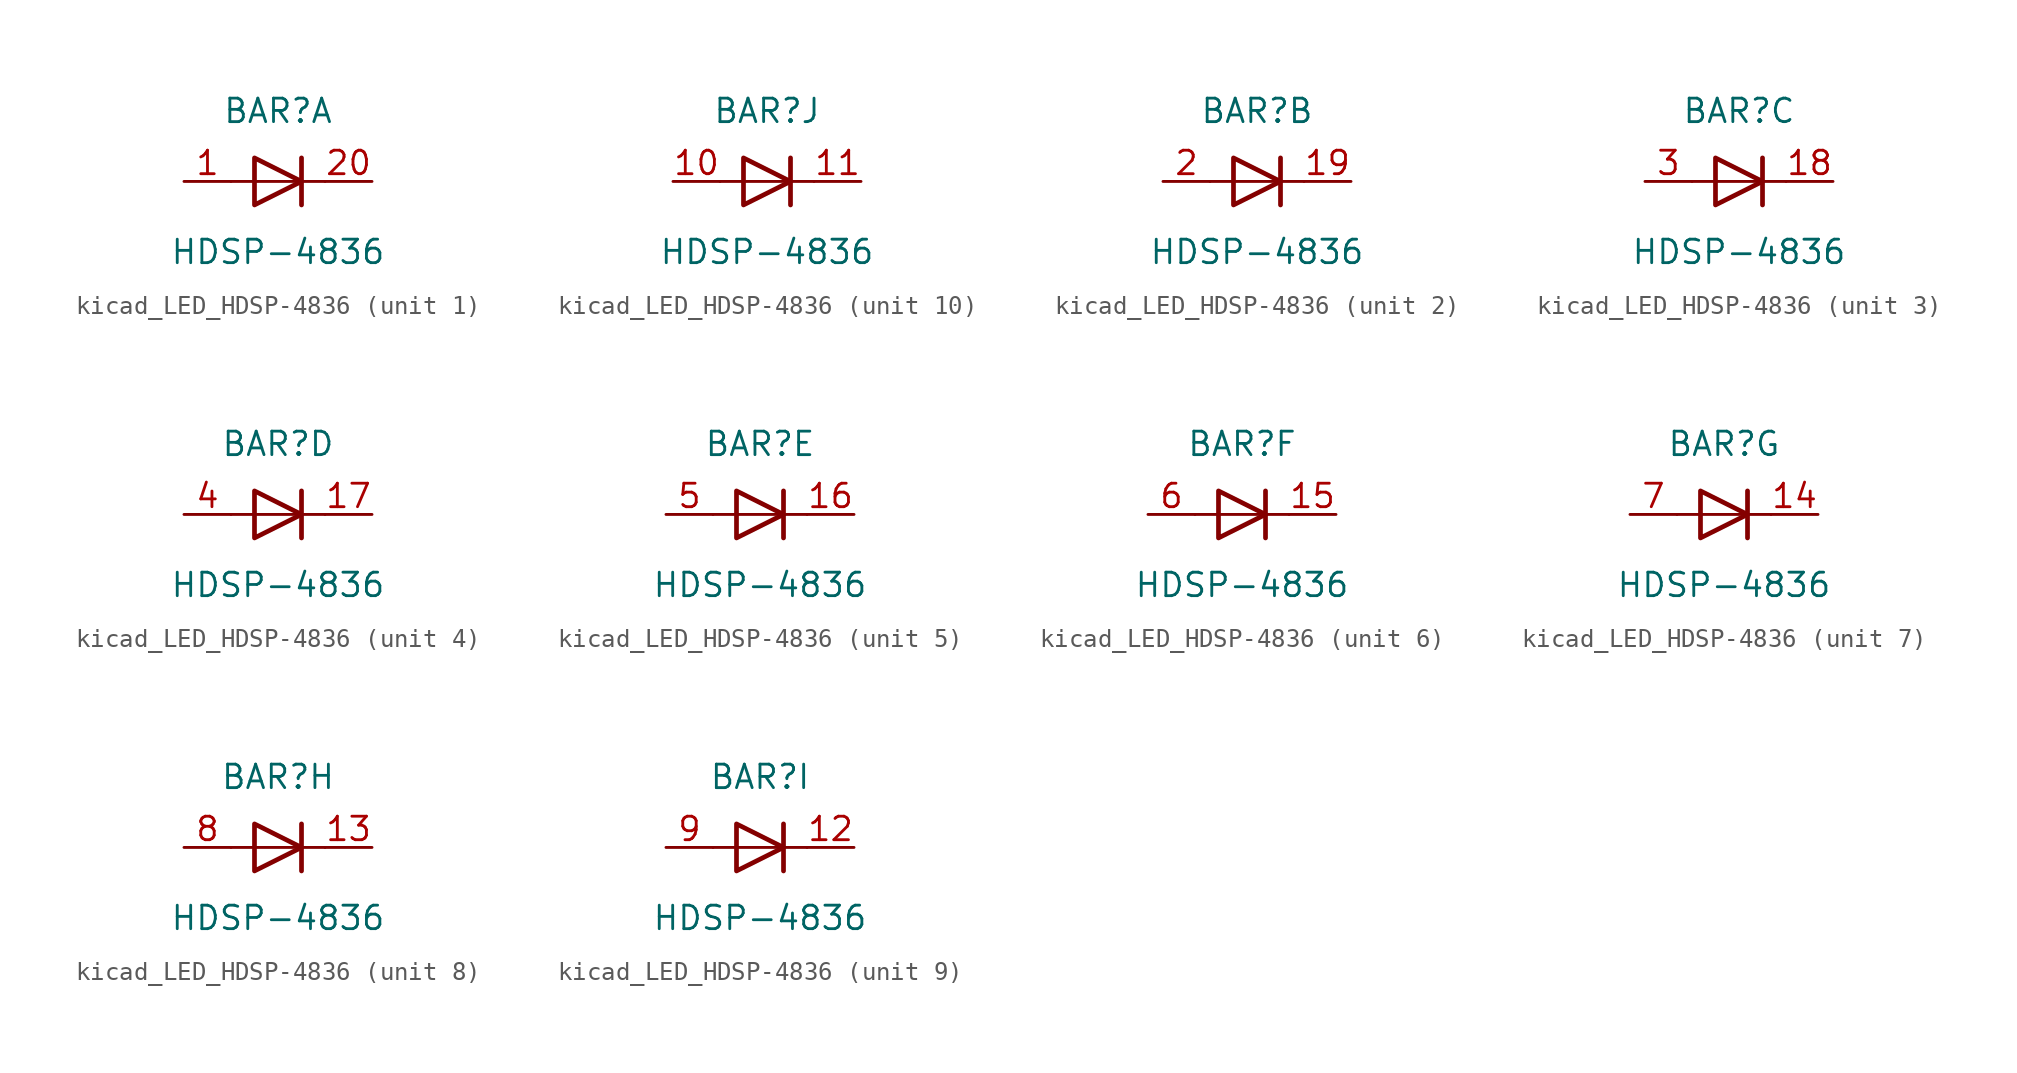
<source format=kicad_sym>
(kicad_symbol_lib
  (version 20220914)
  (generator kicad_symbol_editor)
  (symbol "kicad_LED_HDSP-4836"
    (pin_names
      (offset 1.016) hide)
    (property "Reference" "BAR"
      (at 0 3.81 0)
      (effects (font (size 1.27 1.27))))
    (property "Value" "HDSP-4836"
      (at 0 -3.81 0)
      (effects (font (size 1.27 1.27))))
    (symbol "kicad_LED_HDSP-4836_0_1"
      (polyline (pts (xy -2.54 0) (xy 2.54 0)) (stroke (width 0) (type default)) (fill (type none)))
      (polyline (pts (xy 1.27 -1.27) (xy 1.27 1.27)) (stroke (width 0.254) (type default)) (fill (type none)))
      (polyline (pts (xy -1.27 1.27) (xy -1.27 -1.27) (xy 1.27 0) (xy -1.27 1.27)) (stroke (width 0.254) (type default)) (fill (type none))))
    (symbol "kicad_LED_HDSP-4836_1_1"
      (pin passive line (at -5.08 0 0) (length 2.54) (name "A" (effects (font (size 1.27 1.27)))) (number "1" (effects (font (size 1.27 1.27)))))
      (pin passive line (at 5.08 0 180) (length 2.54) (name "K" (effects (font (size 1.27 1.27)))) (number "20" (effects (font (size 1.27 1.27))))))
    (symbol "kicad_LED_HDSP-4836_2_1"
      (pin passive line (at 5.08 0 180) (length 2.54) (name "K" (effects (font (size 1.27 1.27)))) (number "19" (effects (font (size 1.27 1.27)))))
      (pin passive line (at -5.08 0 0) (length 2.54) (name "A" (effects (font (size 1.27 1.27)))) (number "2" (effects (font (size 1.27 1.27))))))
    (symbol "kicad_LED_HDSP-4836_3_1"
      (pin passive line (at 5.08 0 180) (length 2.54) (name "K" (effects (font (size 1.27 1.27)))) (number "18" (effects (font (size 1.27 1.27)))))
      (pin passive line (at -5.08 0 0) (length 2.54) (name "A" (effects (font (size 1.27 1.27)))) (number "3" (effects (font (size 1.27 1.27))))))
    (symbol "kicad_LED_HDSP-4836_4_1"
      (pin passive line (at 5.08 0 180) (length 2.54) (name "K" (effects (font (size 1.27 1.27)))) (number "17" (effects (font (size 1.27 1.27)))))
      (pin passive line (at -5.08 0 0) (length 2.54) (name "A" (effects (font (size 1.27 1.27)))) (number "4" (effects (font (size 1.27 1.27))))))
    (symbol "kicad_LED_HDSP-4836_5_1"
      (pin passive line (at 5.08 0 180) (length 2.54) (name "K" (effects (font (size 1.27 1.27)))) (number "16" (effects (font (size 1.27 1.27)))))
      (pin passive line (at -5.08 0 0) (length 2.54) (name "A" (effects (font (size 1.27 1.27)))) (number "5" (effects (font (size 1.27 1.27))))))
    (symbol "kicad_LED_HDSP-4836_6_1"
      (pin passive line (at 5.08 0 180) (length 2.54) (name "K" (effects (font (size 1.27 1.27)))) (number "15" (effects (font (size 1.27 1.27)))))
      (pin passive line (at -5.08 0 0) (length 2.54) (name "A" (effects (font (size 1.27 1.27)))) (number "6" (effects (font (size 1.27 1.27))))))
    (symbol "kicad_LED_HDSP-4836_7_1"
      (pin passive line (at 5.08 0 180) (length 2.54) (name "K" (effects (font (size 1.27 1.27)))) (number "14" (effects (font (size 1.27 1.27)))))
      (pin passive line (at -5.08 0 0) (length 2.54) (name "A" (effects (font (size 1.27 1.27)))) (number "7" (effects (font (size 1.27 1.27))))))
    (symbol "kicad_LED_HDSP-4836_8_1"
      (pin passive line (at 5.08 0 180) (length 2.54) (name "K" (effects (font (size 1.27 1.27)))) (number "13" (effects (font (size 1.27 1.27)))))
      (pin passive line (at -5.08 0 0) (length 2.54) (name "A" (effects (font (size 1.27 1.27)))) (number "8" (effects (font (size 1.27 1.27))))))
    (symbol "kicad_LED_HDSP-4836_9_1"
      (pin passive line (at 5.08 0 180) (length 2.54) (name "K" (effects (font (size 1.27 1.27)))) (number "12" (effects (font (size 1.27 1.27)))))
      (pin passive line (at -5.08 0 0) (length 2.54) (name "A" (effects (font (size 1.27 1.27)))) (number "9" (effects (font (size 1.27 1.27))))))
    (symbol "kicad_LED_HDSP-4836_10_1"
      (pin passive line (at -5.08 0 0) (length 2.54) (name "A" (effects (font (size 1.27 1.27)))) (number "10" (effects (font (size 1.27 1.27)))))
      (pin passive line (at 5.08 0 180) (length 2.54) (name "K" (effects (font (size 1.27 1.27)))) (number "11" (effects (font (size 1.27 1.27))))))))
</source>
